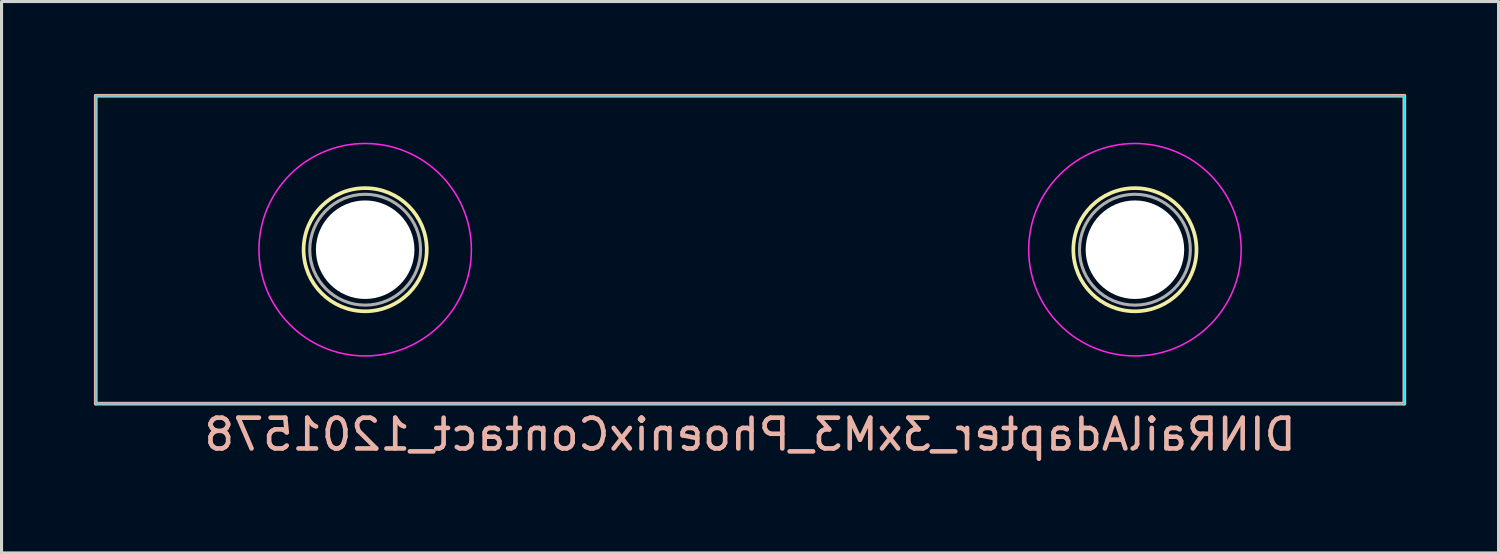
<source format=kicad_pcb>
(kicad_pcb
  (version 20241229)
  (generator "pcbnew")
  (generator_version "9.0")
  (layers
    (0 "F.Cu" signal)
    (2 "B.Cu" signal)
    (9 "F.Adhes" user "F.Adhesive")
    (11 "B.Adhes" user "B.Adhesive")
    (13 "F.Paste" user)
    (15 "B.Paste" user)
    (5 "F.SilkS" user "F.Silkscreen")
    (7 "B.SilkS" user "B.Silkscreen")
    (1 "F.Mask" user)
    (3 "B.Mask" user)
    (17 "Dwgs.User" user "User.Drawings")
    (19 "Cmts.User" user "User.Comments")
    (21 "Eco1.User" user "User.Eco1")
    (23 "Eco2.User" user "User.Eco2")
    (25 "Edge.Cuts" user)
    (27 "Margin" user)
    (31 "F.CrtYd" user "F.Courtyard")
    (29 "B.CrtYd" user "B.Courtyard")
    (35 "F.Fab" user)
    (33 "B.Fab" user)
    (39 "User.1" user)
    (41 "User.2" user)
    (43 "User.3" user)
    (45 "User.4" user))
  (footprint "DINRailAdapter_3xM3_PhoenixContact_1201578"
    (layer "F.Cu")
    (at 21.31 5.06)
    (property "Reference" "DINRailAdapter_3xM3_PhoenixContact_1201578" (at 0 6 180) (layer "B.SilkS") (effects (font (size 1 1) (thickness 0.15)) (justify mirror)))
    (attr through_hole)
    (fp_circle (center -12.5 0) (end -10.5 0) (stroke (width 0.12) (type solid)) (fill no) (layer "F.SilkS"))
    (fp_circle (center 12.5 0) (end 14.5 0) (stroke (width 0.12) (type solid)) (fill no) (layer "F.SilkS"))
    (fp_line (start -21.25 -5) (end -21.25 5) (stroke (width 0.12) (type solid)) (layer "B.SilkS"))
    (fp_line (start -21.25 5) (end 21.25 5) (stroke (width 0.12) (type solid)) (layer "B.SilkS"))
    (fp_line (start 21.25 -5) (end -21.25 -5) (stroke (width 0.12) (type solid)) (layer "B.SilkS"))
    (fp_line (start 21.25 5) (end 21.25 -5) (stroke (width 0.12) (type solid)) (layer "B.SilkS"))
    (fp_line (start -21.25 -5) (end 21.25 -5) (stroke (width 0.05) (type solid)) (layer "B.CrtYd"))
    (fp_line (start -21.25 5) (end -21.25 -5) (stroke (width 0.05) (type solid)) (layer "B.CrtYd"))
    (fp_line (start 21.25 -5) (end 21.25 5) (stroke (width 0.05) (type solid)) (layer "B.CrtYd"))
    (fp_line (start 21.25 5) (end -21.25 5) (stroke (width 0.05) (type solid)) (layer "B.CrtYd"))
    (fp_circle (center -12.5 0) (end -9.05 0) (stroke (width 0.05) (type solid)) (fill no) (layer "F.CrtYd"))
    (fp_circle (center 12.5 0) (end 15.95 0) (stroke (width 0.05) (type solid)) (fill no) (layer "F.CrtYd"))
    (fp_circle (center -12.5 0) (end -10.7 0) (stroke (width 0.1) (type solid)) (fill no) (layer "F.Fab"))
    (fp_circle (center 12.5 0) (end 14.3 0) (stroke (width 0.1) (type solid)) (fill no) (layer "F.Fab"))
    (pad "" np_thru_hole circle (at -12.5 0) (size 3.2 3.2) (drill 3.2) (layers "*.Cu" "*.Mask"))
    (pad "" np_thru_hole circle (at 12.5 0) (size 3.2 3.2) (drill 3.2) (layers "*.Cu" "*.Mask")))
  (gr_rect
    (start -3 -3)
    (end 45.62 14.908)
    (stroke (width 0.1) (type default))
    (fill no)
    (layer "Edge.Cuts")))
</source>
